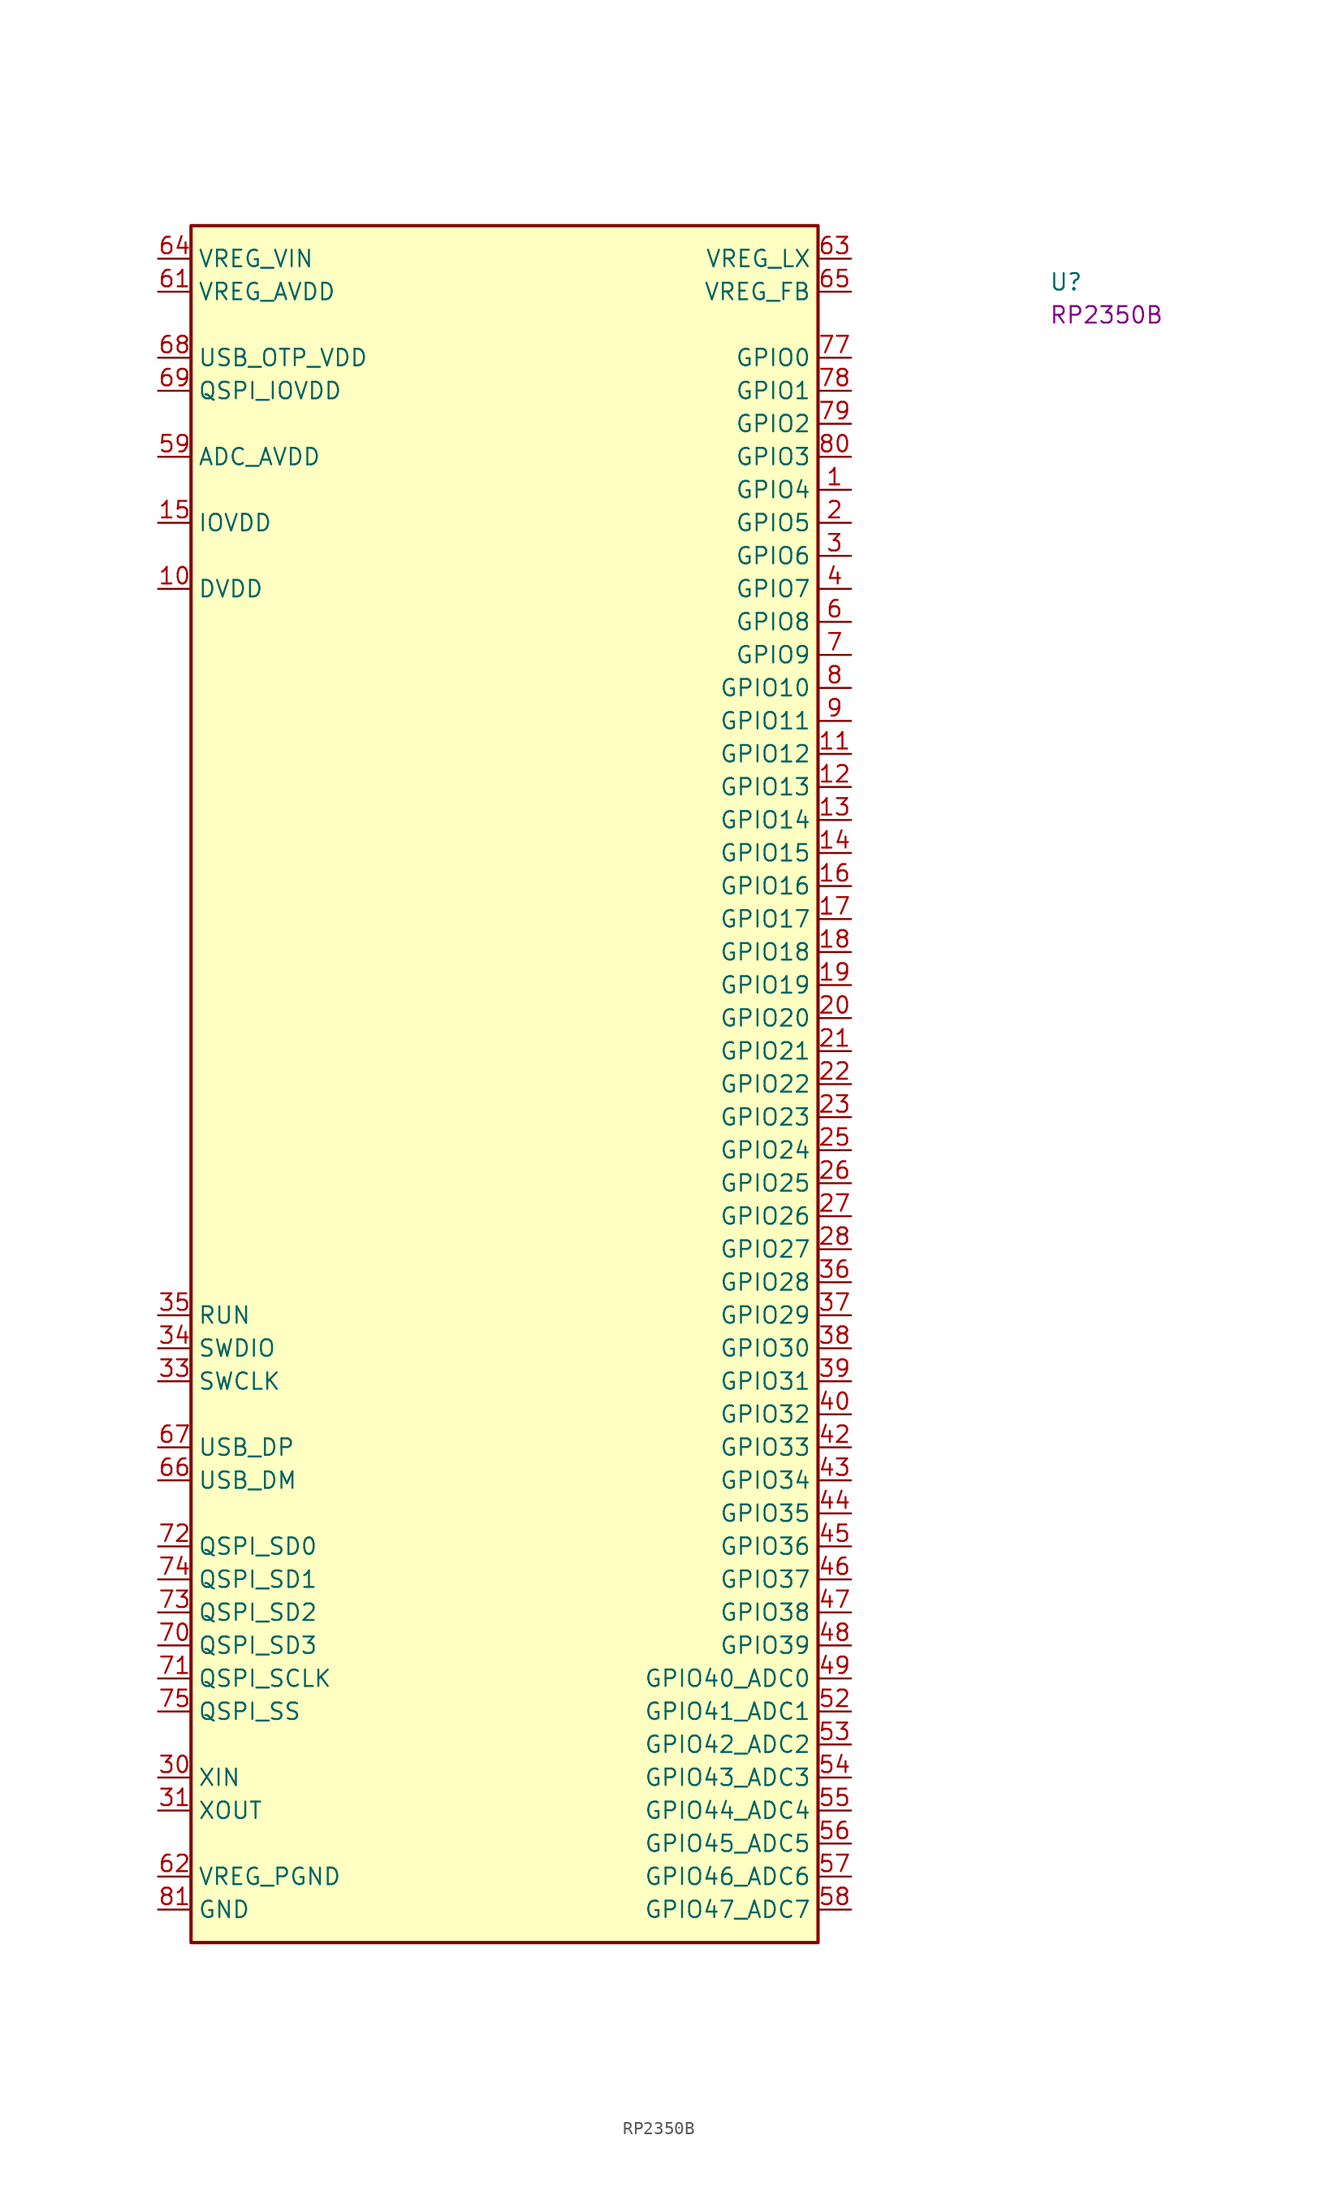
<source format=kicad_sym>
(kicad_symbol_lib
  (version 20220914)
  (generator kicad_symbol_editor)
  (symbol "RP2350B"
    (property "Reference" "U"
      (at 68.58 -2.54 0)
      (effects (font (size 1.27 1.27) (thickness 0.15)) (justify left bottom)))
    (property "MPN" "RP2350B"
      (at 68.58 -5.08 0)
      (effects (font (size 1.27 1.27) (thickness 0.15)) (justify left bottom)))
    (symbol "RP2350B_1_1"
      (rectangle (start 2.54 2.54) (end 50.8 -129.54) (stroke (width 0.254) (type default)) (fill (type background)))
      (pin bidirectional line (at 53.34 -17.78 180) (length 2.54) (name "GPIO4" (effects (font (size 1.27 1.27)))) (number "1" (effects (font (size 1.27 1.27)))))
      (pin power_in line (at 0 -25.4 0) (length 2.54) (name "DVDD" (effects (font (size 1.27 1.27)))) (number "10" (effects (font (size 1.27 1.27)))))
      (pin bidirectional line (at 53.34 -38.1 180) (length 2.54) (name "GPIO12" (effects (font (size 1.27 1.27)))) (number "11" (effects (font (size 1.27 1.27)))))
      (pin bidirectional line (at 53.34 -40.64 180) (length 2.54) (name "GPIO13" (effects (font (size 1.27 1.27)))) (number "12" (effects (font (size 1.27 1.27)))))
      (pin bidirectional line (at 53.34 -43.18 180) (length 2.54) (name "GPIO14" (effects (font (size 1.27 1.27)))) (number "13" (effects (font (size 1.27 1.27)))))
      (pin bidirectional line (at 53.34 -45.72 180) (length 2.54) (name "GPIO15" (effects (font (size 1.27 1.27)))) (number "14" (effects (font (size 1.27 1.27)))))
      (pin power_in line (at 0 -20.32 0) (length 2.54) (name "IOVDD" (effects (font (size 1.27 1.27)))) (number "15" (effects (font (size 1.27 1.27)))))
      (pin bidirectional line (at 53.34 -48.26 180) (length 2.54) (name "GPIO16" (effects (font (size 1.27 1.27)))) (number "16" (effects (font (size 1.27 1.27)))))
      (pin bidirectional line (at 53.34 -50.8 180) (length 2.54) (name "GPIO17" (effects (font (size 1.27 1.27)))) (number "17" (effects (font (size 1.27 1.27)))))
      (pin bidirectional line (at 53.34 -53.34 180) (length 2.54) (name "GPIO18" (effects (font (size 1.27 1.27)))) (number "18" (effects (font (size 1.27 1.27)))))
      (pin bidirectional line (at 53.34 -55.88 180) (length 2.54) (name "GPIO19" (effects (font (size 1.27 1.27)))) (number "19" (effects (font (size 1.27 1.27)))))
      (pin bidirectional line (at 53.34 -20.32 180) (length 2.54) (name "GPIO5" (effects (font (size 1.27 1.27)))) (number "2" (effects (font (size 1.27 1.27)))))
      (pin bidirectional line (at 53.34 -58.42 180) (length 2.54) (name "GPIO20" (effects (font (size 1.27 1.27)))) (number "20" (effects (font (size 1.27 1.27)))))
      (pin bidirectional line (at 53.34 -60.96 180) (length 2.54) (name "GPIO21" (effects (font (size 1.27 1.27)))) (number "21" (effects (font (size 1.27 1.27)))))
      (pin bidirectional line (at 53.34 -63.5 180) (length 2.54) (name "GPIO22" (effects (font (size 1.27 1.27)))) (number "22" (effects (font (size 1.27 1.27)))))
      (pin bidirectional line (at 53.34 -66.04 180) (length 2.54) (name "GPIO23" (effects (font (size 1.27 1.27)))) (number "23" (effects (font (size 1.27 1.27)))))
      (pin passive line (at 0 -20.32 0) (length 2.54) hide (name "IOVDD" (effects (font (size 1.27 1.27)))) (number "24" (effects (font (size 1.27 1.27)))))
      (pin bidirectional line (at 53.34 -68.58 180) (length 2.54) (name "GPIO24" (effects (font (size 1.27 1.27)))) (number "25" (effects (font (size 1.27 1.27)))))
      (pin bidirectional line (at 53.34 -71.12 180) (length 2.54) (name "GPIO25" (effects (font (size 1.27 1.27)))) (number "26" (effects (font (size 1.27 1.27)))))
      (pin bidirectional line (at 53.34 -73.66 180) (length 2.54) (name "GPIO26" (effects (font (size 1.27 1.27)))) (number "27" (effects (font (size 1.27 1.27)))))
      (pin bidirectional line (at 53.34 -76.2 180) (length 2.54) (name "GPIO27" (effects (font (size 1.27 1.27)))) (number "28" (effects (font (size 1.27 1.27)))))
      (pin passive line (at 0 -20.32 0) (length 2.54) hide (name "IOVDD" (effects (font (size 1.27 1.27)))) (number "29" (effects (font (size 1.27 1.27)))))
      (pin bidirectional line (at 53.34 -22.86 180) (length 2.54) (name "GPIO6" (effects (font (size 1.27 1.27)))) (number "3" (effects (font (size 1.27 1.27)))))
      (pin passive line (at 0 -116.84 0) (length 2.54) (name "XIN" (effects (font (size 1.27 1.27)))) (number "30" (effects (font (size 1.27 1.27)))))
      (pin passive line (at 0 -119.38 0) (length 2.54) (name "XOUT" (effects (font (size 1.27 1.27)))) (number "31" (effects (font (size 1.27 1.27)))))
      (pin passive line (at 0 -25.4 0) (length 2.54) hide (name "DVDD" (effects (font (size 1.27 1.27)))) (number "32" (effects (font (size 1.27 1.27)))))
      (pin input line (at 0 -86.36 0) (length 2.54) (name "SWCLK" (effects (font (size 1.27 1.27)))) (number "33" (effects (font (size 1.27 1.27)))))
      (pin bidirectional line (at 0 -83.82 0) (length 2.54) (name "SWDIO" (effects (font (size 1.27 1.27)))) (number "34" (effects (font (size 1.27 1.27)))))
      (pin input line (at 0 -81.28 0) (length 2.54) (name "RUN" (effects (font (size 1.27 1.27)))) (number "35" (effects (font (size 1.27 1.27)))))
      (pin bidirectional line (at 53.34 -78.74 180) (length 2.54) (name "GPIO28" (effects (font (size 1.27 1.27)))) (number "36" (effects (font (size 1.27 1.27)))))
      (pin bidirectional line (at 53.34 -81.28 180) (length 2.54) (name "GPIO29" (effects (font (size 1.27 1.27)))) (number "37" (effects (font (size 1.27 1.27)))))
      (pin bidirectional line (at 53.34 -83.82 180) (length 2.54) (name "GPIO30" (effects (font (size 1.27 1.27)))) (number "38" (effects (font (size 1.27 1.27)))))
      (pin bidirectional line (at 53.34 -86.36 180) (length 2.54) (name "GPIO31" (effects (font (size 1.27 1.27)))) (number "39" (effects (font (size 1.27 1.27)))))
      (pin bidirectional line (at 53.34 -25.4 180) (length 2.54) (name "GPIO7" (effects (font (size 1.27 1.27)))) (number "4" (effects (font (size 1.27 1.27)))))
      (pin bidirectional line (at 53.34 -88.9 180) (length 2.54) (name "GPIO32" (effects (font (size 1.27 1.27)))) (number "40" (effects (font (size 1.27 1.27)))))
      (pin passive line (at 0 -20.32 0) (length 2.54) hide (name "IOVDD" (effects (font (size 1.27 1.27)))) (number "41" (effects (font (size 1.27 1.27)))))
      (pin bidirectional line (at 53.34 -91.44 180) (length 2.54) (name "GPIO33" (effects (font (size 1.27 1.27)))) (number "42" (effects (font (size 1.27 1.27)))))
      (pin bidirectional line (at 53.34 -93.98 180) (length 2.54) (name "GPIO34" (effects (font (size 1.27 1.27)))) (number "43" (effects (font (size 1.27 1.27)))))
      (pin bidirectional line (at 53.34 -96.52 180) (length 2.54) (name "GPIO35" (effects (font (size 1.27 1.27)))) (number "44" (effects (font (size 1.27 1.27)))))
      (pin bidirectional line (at 53.34 -99.06 180) (length 2.54) (name "GPIO36" (effects (font (size 1.27 1.27)))) (number "45" (effects (font (size 1.27 1.27)))))
      (pin bidirectional line (at 53.34 -101.6 180) (length 2.54) (name "GPIO37" (effects (font (size 1.27 1.27)))) (number "46" (effects (font (size 1.27 1.27)))))
      (pin bidirectional line (at 53.34 -104.14 180) (length 2.54) (name "GPIO38" (effects (font (size 1.27 1.27)))) (number "47" (effects (font (size 1.27 1.27)))))
      (pin bidirectional line (at 53.34 -106.68 180) (length 2.54) (name "GPIO39" (effects (font (size 1.27 1.27)))) (number "48" (effects (font (size 1.27 1.27)))))
      (pin bidirectional line (at 53.34 -109.22 180) (length 2.54) (name "GPIO40_ADC0" (effects (font (size 1.27 1.27)))) (number "49" (effects (font (size 1.27 1.27)))))
      (pin passive line (at 0 -20.32 0) (length 2.54) hide (name "IOVDD" (effects (font (size 1.27 1.27)))) (number "5" (effects (font (size 1.27 1.27)))))
      (pin passive line (at 0 -20.32 0) (length 2.54) hide (name "IOVDD" (effects (font (size 1.27 1.27)))) (number "50" (effects (font (size 1.27 1.27)))))
      (pin passive line (at 0 -25.4 0) (length 2.54) hide (name "DVDD" (effects (font (size 1.27 1.27)))) (number "51" (effects (font (size 1.27 1.27)))))
      (pin bidirectional line (at 53.34 -111.76 180) (length 2.54) (name "GPIO41_ADC1" (effects (font (size 1.27 1.27)))) (number "52" (effects (font (size 1.27 1.27)))))
      (pin bidirectional line (at 53.34 -114.3 180) (length 2.54) (name "GPIO42_ADC2" (effects (font (size 1.27 1.27)))) (number "53" (effects (font (size 1.27 1.27)))))
      (pin bidirectional line (at 53.34 -116.84 180) (length 2.54) (name "GPIO43_ADC3" (effects (font (size 1.27 1.27)))) (number "54" (effects (font (size 1.27 1.27)))))
      (pin bidirectional line (at 53.34 -119.38 180) (length 2.54) (name "GPIO44_ADC4" (effects (font (size 1.27 1.27)))) (number "55" (effects (font (size 1.27 1.27)))))
      (pin bidirectional line (at 53.34 -121.92 180) (length 2.54) (name "GPIO45_ADC5" (effects (font (size 1.27 1.27)))) (number "56" (effects (font (size 1.27 1.27)))))
      (pin bidirectional line (at 53.34 -124.46 180) (length 2.54) (name "GPIO46_ADC6" (effects (font (size 1.27 1.27)))) (number "57" (effects (font (size 1.27 1.27)))))
      (pin bidirectional line (at 53.34 -127 180) (length 2.54) (name "GPIO47_ADC7" (effects (font (size 1.27 1.27)))) (number "58" (effects (font (size 1.27 1.27)))))
      (pin power_in line (at 0 -15.24 0) (length 2.54) (name "ADC_AVDD" (effects (font (size 1.27 1.27)))) (number "59" (effects (font (size 1.27 1.27)))))
      (pin bidirectional line (at 53.34 -27.94 180) (length 2.54) (name "GPIO8" (effects (font (size 1.27 1.27)))) (number "6" (effects (font (size 1.27 1.27)))))
      (pin passive line (at 0 -20.32 0) (length 2.54) hide (name "IOVDD" (effects (font (size 1.27 1.27)))) (number "60" (effects (font (size 1.27 1.27)))))
      (pin power_in line (at 0 -2.54 0) (length 2.54) (name "VREG_AVDD" (effects (font (size 1.27 1.27)))) (number "61" (effects (font (size 1.27 1.27)))))
      (pin power_in line (at 0 -124.46 0) (length 2.54) (name "VREG_PGND" (effects (font (size 1.27 1.27)))) (number "62" (effects (font (size 1.27 1.27)))))
      (pin passive line (at 53.34 0 180) (length 2.54) (name "VREG_LX" (effects (font (size 1.27 1.27)))) (number "63" (effects (font (size 1.27 1.27)))))
      (pin power_in line (at 0 0 0) (length 2.54) (name "VREG_VIN" (effects (font (size 1.27 1.27)))) (number "64" (effects (font (size 1.27 1.27)))))
      (pin passive line (at 53.34 -2.54 180) (length 2.54) (name "VREG_FB" (effects (font (size 1.27 1.27)))) (number "65" (effects (font (size 1.27 1.27)))))
      (pin bidirectional line (at 0 -93.98 0) (length 2.54) (name "USB_DM" (effects (font (size 1.27 1.27)))) (number "66" (effects (font (size 1.27 1.27)))))
      (pin bidirectional line (at 0 -91.44 0) (length 2.54) (name "USB_DP" (effects (font (size 1.27 1.27)))) (number "67" (effects (font (size 1.27 1.27)))))
      (pin power_in line (at 0 -7.62 0) (length 2.54) (name "USB_OTP_VDD" (effects (font (size 1.27 1.27)))) (number "68" (effects (font (size 1.27 1.27)))))
      (pin power_in line (at 0 -10.16 0) (length 2.54) (name "QSPI_IOVDD" (effects (font (size 1.27 1.27)))) (number "69" (effects (font (size 1.27 1.27)))))
      (pin bidirectional line (at 53.34 -30.48 180) (length 2.54) (name "GPIO9" (effects (font (size 1.27 1.27)))) (number "7" (effects (font (size 1.27 1.27)))))
      (pin bidirectional line (at 0 -106.68 0) (length 2.54) (name "QSPI_SD3" (effects (font (size 1.27 1.27)))) (number "70" (effects (font (size 1.27 1.27)))))
      (pin bidirectional line (at 0 -109.22 0) (length 2.54) (name "QSPI_SCLK" (effects (font (size 1.27 1.27)))) (number "71" (effects (font (size 1.27 1.27)))))
      (pin bidirectional line (at 0 -99.06 0) (length 2.54) (name "QSPI_SD0" (effects (font (size 1.27 1.27)))) (number "72" (effects (font (size 1.27 1.27)))))
      (pin bidirectional line (at 0 -104.14 0) (length 2.54) (name "QSPI_SD2" (effects (font (size 1.27 1.27)))) (number "73" (effects (font (size 1.27 1.27)))))
      (pin bidirectional line (at 0 -101.6 0) (length 2.54) (name "QSPI_SD1" (effects (font (size 1.27 1.27)))) (number "74" (effects (font (size 1.27 1.27)))))
      (pin bidirectional line (at 0 -111.76 0) (length 2.54) (name "QSPI_SS" (effects (font (size 1.27 1.27)))) (number "75" (effects (font (size 1.27 1.27)))))
      (pin passive line (at 0 -20.32 0) (length 2.54) hide (name "IOVDD" (effects (font (size 1.27 1.27)))) (number "76" (effects (font (size 1.27 1.27)))))
      (pin bidirectional line (at 53.34 -7.62 180) (length 2.54) (name "GPIO0" (effects (font (size 1.27 1.27)))) (number "77" (effects (font (size 1.27 1.27)))))
      (pin bidirectional line (at 53.34 -10.16 180) (length 2.54) (name "GPIO1" (effects (font (size 1.27 1.27)))) (number "78" (effects (font (size 1.27 1.27)))))
      (pin bidirectional line (at 53.34 -12.7 180) (length 2.54) (name "GPIO2" (effects (font (size 1.27 1.27)))) (number "79" (effects (font (size 1.27 1.27)))))
      (pin bidirectional line (at 53.34 -33.02 180) (length 2.54) (name "GPIO10" (effects (font (size 1.27 1.27)))) (number "8" (effects (font (size 1.27 1.27)))))
      (pin bidirectional line (at 53.34 -15.24 180) (length 2.54) (name "GPIO3" (effects (font (size 1.27 1.27)))) (number "80" (effects (font (size 1.27 1.27)))))
      (pin power_in line (at 0 -127 0) (length 2.54) (name "GND" (effects (font (size 1.27 1.27)))) (number "81" (effects (font (size 1.27 1.27)))))
      (pin bidirectional line (at 53.34 -35.56 180) (length 2.54) (name "GPIO11" (effects (font (size 1.27 1.27)))) (number "9" (effects (font (size 1.27 1.27))))))))
</source>
